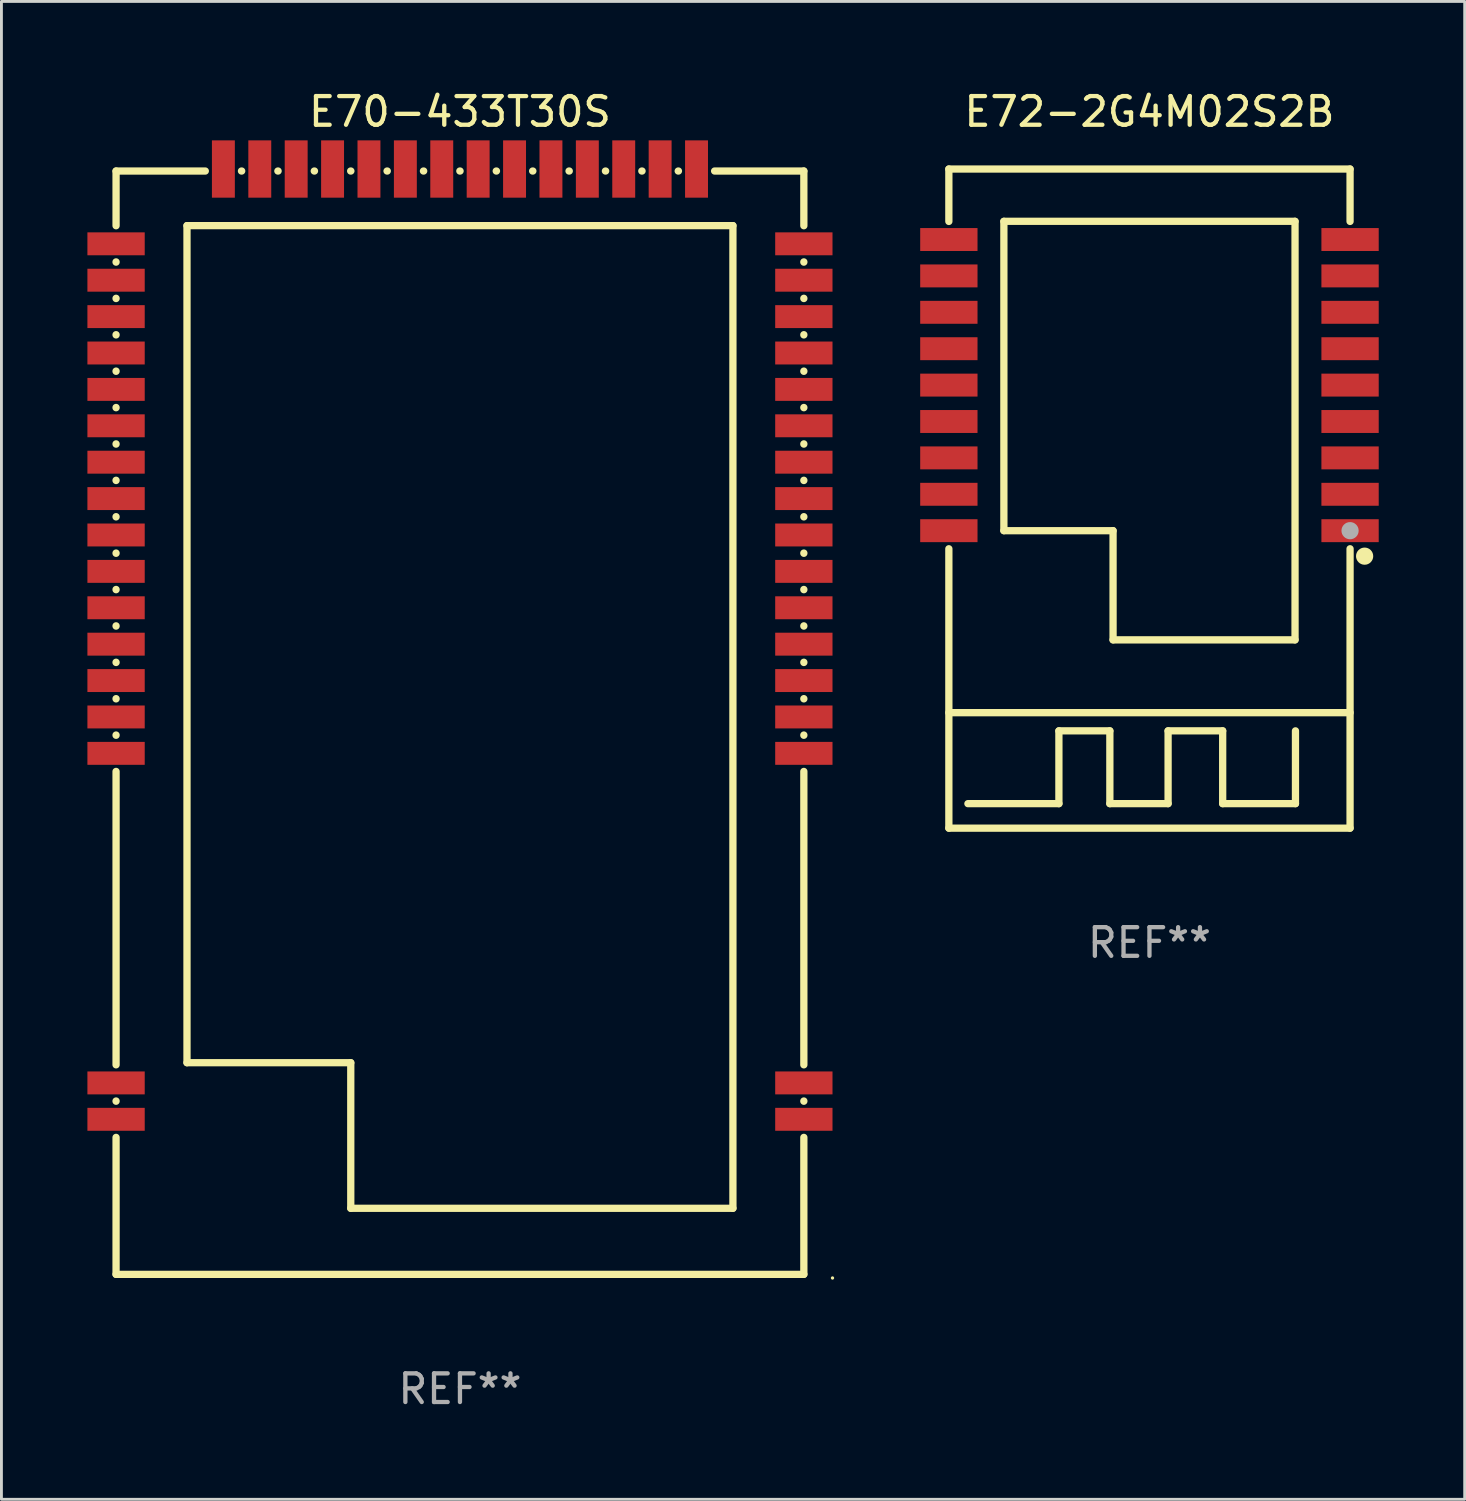
<source format=kicad_pcb>
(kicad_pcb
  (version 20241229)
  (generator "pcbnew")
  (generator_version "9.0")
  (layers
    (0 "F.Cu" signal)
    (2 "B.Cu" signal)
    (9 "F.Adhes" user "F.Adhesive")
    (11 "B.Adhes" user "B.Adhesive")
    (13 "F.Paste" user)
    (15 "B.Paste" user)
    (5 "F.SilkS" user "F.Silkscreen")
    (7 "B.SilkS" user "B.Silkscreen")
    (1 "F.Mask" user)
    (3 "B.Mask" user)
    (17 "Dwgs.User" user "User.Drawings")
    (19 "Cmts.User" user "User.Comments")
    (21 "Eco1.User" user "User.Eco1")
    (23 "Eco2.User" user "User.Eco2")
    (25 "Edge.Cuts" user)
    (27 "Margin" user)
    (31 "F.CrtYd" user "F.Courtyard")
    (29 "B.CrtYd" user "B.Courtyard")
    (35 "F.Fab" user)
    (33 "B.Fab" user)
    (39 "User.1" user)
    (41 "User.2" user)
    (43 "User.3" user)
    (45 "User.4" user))
  (footprint "E72-2G4M02S2B"
    (layer "F.Cu")
    (at 37.06 14.348)
    (property "Reference" "E72-2G4M02S2B" (at 0 -13.5 0) (layer "F.SilkS") (effects (font (size 1 1) (thickness 0.15))))
    (attr through_hole)
    (fp_line (start -7 -11.5) (end 7 -11.5) (stroke (width 0.254) (type solid)) (layer "F.SilkS"))
    (fp_line (start -7 -9.671) (end -7 -11.5) (stroke (width 0.254) (type solid)) (layer "F.SilkS"))
    (fp_line (start -7 7.47) (end 7 7.47) (stroke (width 0.254) (type solid)) (layer "F.SilkS"))
    (fp_line (start -7 11.5) (end -7 1.751) (stroke (width 0.254) (type solid)) (layer "F.SilkS"))
    (fp_line (start -5.08 -9.675) (end 5.08 -9.675) (stroke (width 0.254) (type solid)) (layer "F.SilkS"))
    (fp_line (start -5.08 1.12) (end -5.08 -9.675) (stroke (width 0.254) (type solid)) (layer "F.SilkS"))
    (fp_line (start -3.16 8.105) (end -3.16 10.645) (stroke (width 0.254) (type solid)) (layer "F.SilkS"))
    (fp_line (start -3.16 10.645) (end -6.335 10.645) (stroke (width 0.254) (type solid)) (layer "F.SilkS"))
    (fp_line (start -1.382 8.105) (end -3.16 8.105) (stroke (width 0.254) (type solid)) (layer "F.SilkS"))
    (fp_line (start -1.382 10.645) (end -1.382 8.105) (stroke (width 0.254) (type solid)) (layer "F.SilkS"))
    (fp_line (start -1.27 1.12) (end -5.08 1.12) (stroke (width 0.254) (type solid)) (layer "F.SilkS"))
    (fp_line (start -1.27 4.93) (end -1.27 1.12) (stroke (width 0.254) (type solid)) (layer "F.SilkS"))
    (fp_line (start 0.65 8.105) (end 0.65 10.645) (stroke (width 0.254) (type solid)) (layer "F.SilkS"))
    (fp_line (start 0.65 10.645) (end -1.382 10.645) (stroke (width 0.254) (type solid)) (layer "F.SilkS"))
    (fp_line (start 2.555 8.105) (end 0.65 8.105) (stroke (width 0.254) (type solid)) (layer "F.SilkS"))
    (fp_line (start 2.555 10.645) (end 2.555 8.105) (stroke (width 0.254) (type solid)) (layer "F.SilkS"))
    (fp_line (start 5.08 -9.675) (end 5.08 4.93) (stroke (width 0.254) (type solid)) (layer "F.SilkS"))
    (fp_line (start 5.08 4.93) (end -1.27 4.93) (stroke (width 0.254) (type solid)) (layer "F.SilkS"))
    (fp_line (start 5.095 8.105) (end 5.095 10.645) (stroke (width 0.254) (type solid)) (layer "F.SilkS"))
    (fp_line (start 5.095 10.645) (end 2.555 10.645) (stroke (width 0.254) (type solid)) (layer "F.SilkS"))
    (fp_line (start 7 -11.5) (end 7 -9.671) (stroke (width 0.254) (type solid)) (layer "F.SilkS"))
    (fp_line (start 7 1.751) (end 7 11.5) (stroke (width 0.254) (type solid)) (layer "F.SilkS"))
    (fp_line (start 7 11.5) (end -7 11.5) (stroke (width 0.254) (type solid)) (layer "F.SilkS"))
    (fp_circle (center 7 11.5) (end 7.03 11.5) (stroke (width 0.06) (type solid)) (fill no) (layer "F.SilkS"))
    (fp_circle (center 7.508 2.009) (end 7.658 2.009) (stroke (width 0.3) (type solid)) (fill no) (layer "F.SilkS"))
    (fp_circle (center 7 1.12) (end 7.15 1.12) (stroke (width 0.3) (type solid)) (fill no) (layer "F.Fab"))
    (fp_text user "REF**" (at 0 15.5 0) (layer "F.Fab") (effects (font (size 1 1) (thickness 0.15))))
    (pad "1" smd rect (at 7 1.12 90) (size 0.8 2) (layers "F.Cu" "F.Mask" "F.Paste"))
    (pad "2" smd rect (at 7 -0.15 90) (size 0.8 2) (layers "F.Cu" "F.Mask" "F.Paste"))
    (pad "3" smd rect (at 7 -1.42 90) (size 0.8 2) (layers "F.Cu" "F.Mask" "F.Paste"))
    (pad "4" smd rect (at 7 -2.69 90) (size 0.8 2) (layers "F.Cu" "F.Mask" "F.Paste"))
    (pad "5" smd rect (at 7 -3.96 90) (size 0.8 2) (layers "F.Cu" "F.Mask" "F.Paste"))
    (pad "6" smd rect (at 7 -5.23 90) (size 0.8 2) (layers "F.Cu" "F.Mask" "F.Paste"))
    (pad "7" smd rect (at 7 -6.5 90) (size 0.8 2) (layers "F.Cu" "F.Mask" "F.Paste"))
    (pad "8" smd rect (at 7 -7.77 90) (size 0.8 2) (layers "F.Cu" "F.Mask" "F.Paste"))
    (pad "9" smd rect (at 7 -9.04 90) (size 0.8 2) (layers "F.Cu" "F.Mask" "F.Paste"))
    (pad "10" smd rect (at -7 -9.04 90) (size 0.8 2) (layers "F.Cu" "F.Mask" "F.Paste"))
    (pad "11" smd rect (at -7 -7.77 90) (size 0.8 2) (layers "F.Cu" "F.Mask" "F.Paste"))
    (pad "12" smd rect (at -7 -6.5 90) (size 0.8 2) (layers "F.Cu" "F.Mask" "F.Paste"))
    (pad "13" smd rect (at -7 -5.23 90) (size 0.8 2) (layers "F.Cu" "F.Mask" "F.Paste"))
    (pad "14" smd rect (at -7 -3.96 90) (size 0.8 2) (layers "F.Cu" "F.Mask" "F.Paste"))
    (pad "15" smd rect (at -7 -2.69 90) (size 0.8 2) (layers "F.Cu" "F.Mask" "F.Paste"))
    (pad "16" smd rect (at -7 -1.42 90) (size 0.8 2) (layers "F.Cu" "F.Mask" "F.Paste"))
    (pad "17" smd rect (at -7 -0.15 90) (size 0.8 2) (layers "F.Cu" "F.Mask" "F.Paste"))
    (pad "18" smd rect (at -7 1.12 90) (size 0.8 2) (layers "F.Cu" "F.Mask" "F.Paste")))
  (footprint "E70-433T30S"
    (layer "F.Cu")
    (at 13 22.133)
    (property "Reference" "E70-433T30S" (at 0 -21.285 0) (layer "F.SilkS") (effects (font (size 1 1) (thickness 0.15))))
    (attr through_hole)
    (fp_line (start -12 -19.215) (end -8.886 -19.215) (stroke (width 0.254) (type solid)) (layer "F.SilkS"))
    (fp_line (start -12 -17.306) (end -12 -19.215) (stroke (width 0.254) (type solid)) (layer "F.SilkS"))
    (fp_line (start -12 -16.036) (end -12 -16.044) (stroke (width 0.254) (type solid)) (layer "F.SilkS"))
    (fp_line (start -12 -14.766) (end -12 -14.774) (stroke (width 0.254) (type solid)) (layer "F.SilkS"))
    (fp_line (start -12 -13.496) (end -12 -13.504) (stroke (width 0.254) (type solid)) (layer "F.SilkS"))
    (fp_line (start -12 -12.226) (end -12 -12.234) (stroke (width 0.254) (type solid)) (layer "F.SilkS"))
    (fp_line (start -12 -10.956) (end -12 -10.964) (stroke (width 0.254) (type solid)) (layer "F.SilkS"))
    (fp_line (start -12 -9.686) (end -12 -9.694) (stroke (width 0.254) (type solid)) (layer "F.SilkS"))
    (fp_line (start -12 -8.416) (end -12 -8.424) (stroke (width 0.254) (type solid)) (layer "F.SilkS"))
    (fp_line (start -12 -7.146) (end -12 -7.154) (stroke (width 0.254) (type solid)) (layer "F.SilkS"))
    (fp_line (start -12 -5.876) (end -12 -5.884) (stroke (width 0.254) (type solid)) (layer "F.SilkS"))
    (fp_line (start -12 -4.606) (end -12 -4.614) (stroke (width 0.254) (type solid)) (layer "F.SilkS"))
    (fp_line (start -12 -3.336) (end -12 -3.344) (stroke (width 0.254) (type solid)) (layer "F.SilkS"))
    (fp_line (start -12 -2.066) (end -12 -2.074) (stroke (width 0.254) (type solid)) (layer "F.SilkS"))
    (fp_line (start -12 -0.796) (end -12 -0.804) (stroke (width 0.254) (type solid)) (layer "F.SilkS"))
    (fp_line (start -12 0.474) (end -12 0.466) (stroke (width 0.254) (type solid)) (layer "F.SilkS"))
    (fp_line (start -12 11.974) (end -12 1.736) (stroke (width 0.254) (type solid)) (layer "F.SilkS"))
    (fp_line (start -12 13.244) (end -12 13.236) (stroke (width 0.254) (type solid)) (layer "F.SilkS"))
    (fp_line (start -12 19.285) (end -12 14.506) (stroke (width 0.254) (type solid)) (layer "F.SilkS"))
    (fp_line (start -9.525 -17.31) (end 9.525 -17.31) (stroke (width 0.254) (type solid)) (layer "F.SilkS"))
    (fp_line (start -9.525 11.9) (end -9.525 -17.31) (stroke (width 0.254) (type solid)) (layer "F.SilkS"))
    (fp_line (start -7.624 -19.215) (end -7.616 -19.215) (stroke (width 0.254) (type solid)) (layer "F.SilkS"))
    (fp_line (start -6.354 -19.215) (end -6.346 -19.215) (stroke (width 0.254) (type solid)) (layer "F.SilkS"))
    (fp_line (start -5.084 -19.215) (end -5.076 -19.215) (stroke (width 0.254) (type solid)) (layer "F.SilkS"))
    (fp_line (start -3.814 -19.215) (end -3.806 -19.215) (stroke (width 0.254) (type solid)) (layer "F.SilkS"))
    (fp_line (start -3.81 11.9) (end -9.525 11.9) (stroke (width 0.254) (type solid)) (layer "F.SilkS"))
    (fp_line (start -3.81 16.98) (end -3.81 11.9) (stroke (width 0.254) (type solid)) (layer "F.SilkS"))
    (fp_line (start -2.544 -19.215) (end -2.536 -19.215) (stroke (width 0.254) (type solid)) (layer "F.SilkS"))
    (fp_line (start -1.274 -19.215) (end -1.266 -19.215) (stroke (width 0.254) (type solid)) (layer "F.SilkS"))
    (fp_line (start -0.004 -19.215) (end 0.004 -19.215) (stroke (width 0.254) (type solid)) (layer "F.SilkS"))
    (fp_line (start 1.266 -19.215) (end 1.274 -19.215) (stroke (width 0.254) (type solid)) (layer "F.SilkS"))
    (fp_line (start 2.536 -19.215) (end 2.544 -19.215) (stroke (width 0.254) (type solid)) (layer "F.SilkS"))
    (fp_line (start 3.806 -19.215) (end 3.814 -19.215) (stroke (width 0.254) (type solid)) (layer "F.SilkS"))
    (fp_line (start 5.076 -19.215) (end 5.084 -19.215) (stroke (width 0.254) (type solid)) (layer "F.SilkS"))
    (fp_line (start 6.346 -19.215) (end 6.354 -19.215) (stroke (width 0.254) (type solid)) (layer "F.SilkS"))
    (fp_line (start 7.616 -19.215) (end 7.624 -19.215) (stroke (width 0.254) (type solid)) (layer "F.SilkS"))
    (fp_line (start 8.886 -19.215) (end 12 -19.215) (stroke (width 0.254) (type solid)) (layer "F.SilkS"))
    (fp_line (start 9.525 -17.31) (end 9.525 16.98) (stroke (width 0.254) (type solid)) (layer "F.SilkS"))
    (fp_line (start 9.525 16.98) (end -3.81 16.98) (stroke (width 0.254) (type solid)) (layer "F.SilkS"))
    (fp_line (start 12 -19.215) (end 12 -17.306) (stroke (width 0.254) (type solid)) (layer "F.SilkS"))
    (fp_line (start 12 -16.044) (end 12 -16.036) (stroke (width 0.254) (type solid)) (layer "F.SilkS"))
    (fp_line (start 12 -14.774) (end 12 -14.766) (stroke (width 0.254) (type solid)) (layer "F.SilkS"))
    (fp_line (start 12 -13.504) (end 12 -13.496) (stroke (width 0.254) (type solid)) (layer "F.SilkS"))
    (fp_line (start 12 -12.234) (end 12 -12.226) (stroke (width 0.254) (type solid)) (layer "F.SilkS"))
    (fp_line (start 12 -10.964) (end 12 -10.956) (stroke (width 0.254) (type solid)) (layer "F.SilkS"))
    (fp_line (start 12 -9.694) (end 12 -9.686) (stroke (width 0.254) (type solid)) (layer "F.SilkS"))
    (fp_line (start 12 -8.424) (end 12 -8.416) (stroke (width 0.254) (type solid)) (layer "F.SilkS"))
    (fp_line (start 12 -7.154) (end 12 -7.146) (stroke (width 0.254) (type solid)) (layer "F.SilkS"))
    (fp_line (start 12 -5.884) (end 12 -5.876) (stroke (width 0.254) (type solid)) (layer "F.SilkS"))
    (fp_line (start 12 -4.614) (end 12 -4.606) (stroke (width 0.254) (type solid)) (layer "F.SilkS"))
    (fp_line (start 12 -3.344) (end 12 -3.336) (stroke (width 0.254) (type solid)) (layer "F.SilkS"))
    (fp_line (start 12 -2.074) (end 12 -2.066) (stroke (width 0.254) (type solid)) (layer "F.SilkS"))
    (fp_line (start 12 -0.804) (end 12 -0.796) (stroke (width 0.254) (type solid)) (layer "F.SilkS"))
    (fp_line (start 12 0.466) (end 12 0.474) (stroke (width 0.254) (type solid)) (layer "F.SilkS"))
    (fp_line (start 12 1.736) (end 12 11.974) (stroke (width 0.254) (type solid)) (layer "F.SilkS"))
    (fp_line (start 12 13.236) (end 12 13.244) (stroke (width 0.254) (type solid)) (layer "F.SilkS"))
    (fp_line (start 12 14.506) (end 12 19.285) (stroke (width 0.254) (type solid)) (layer "F.SilkS"))
    (fp_line (start 12 19.285) (end -12 19.285) (stroke (width 0.254) (type solid)) (layer "F.SilkS"))
    (fp_circle (center 13 19.412) (end 13.03 19.412) (stroke (width 0.06) (type solid)) (fill no) (layer "F.SilkS"))
    (fp_text user "REF**" (at 0 23.285 0) (layer "F.Fab") (effects (font (size 1 1) (thickness 0.15))))
    (pad "1" smd rect (at 12 13.875) (size 2 0.8) (layers "F.Cu" "F.Mask" "F.Paste"))
    (pad "2" smd rect (at 12 12.605) (size 2 0.8) (layers "F.Cu" "F.Mask" "F.Paste"))
    (pad "3" smd rect (at 12 1.105) (size 2 0.8) (layers "F.Cu" "F.Mask" "F.Paste"))
    (pad "4" smd rect (at 12 -0.165) (size 2 0.8) (layers "F.Cu" "F.Mask" "F.Paste"))
    (pad "5" smd rect (at 12 -1.435) (size 2 0.8) (layers "F.Cu" "F.Mask" "F.Paste"))
    (pad "6" smd rect (at 12 -2.705) (size 2 0.8) (layers "F.Cu" "F.Mask" "F.Paste"))
    (pad "7" smd rect (at 12 -3.975) (size 2 0.8) (layers "F.Cu" "F.Mask" "F.Paste"))
    (pad "8" smd rect (at 12 -5.245) (size 2 0.8) (layers "F.Cu" "F.Mask" "F.Paste"))
    (pad "9" smd rect (at 12 -6.515) (size 2 0.8) (layers "F.Cu" "F.Mask" "F.Paste"))
    (pad "10" smd rect (at 12 -7.785) (size 2 0.8) (layers "F.Cu" "F.Mask" "F.Paste"))
    (pad "11" smd rect (at 12 -9.055) (size 2 0.8) (layers "F.Cu" "F.Mask" "F.Paste"))
    (pad "12" smd rect (at 12 -10.325) (size 2 0.8) (layers "F.Cu" "F.Mask" "F.Paste"))
    (pad "13" smd rect (at 12 -11.595) (size 2 0.8) (layers "F.Cu" "F.Mask" "F.Paste"))
    (pad "14" smd rect (at 12 -12.865) (size 2 0.8) (layers "F.Cu" "F.Mask" "F.Paste"))
    (pad "15" smd rect (at 12 -14.135) (size 2 0.8) (layers "F.Cu" "F.Mask" "F.Paste"))
    (pad "16" smd rect (at 12 -15.405) (size 2 0.8) (layers "F.Cu" "F.Mask" "F.Paste"))
    (pad "17" smd rect (at 12 -16.675) (size 2 0.8) (layers "F.Cu" "F.Mask" "F.Paste"))
    (pad "18" smd rect (at 8.255 -19.285 90) (size 2 0.8) (layers "F.Cu" "F.Mask" "F.Paste"))
    (pad "19" smd rect (at 6.985 -19.285 90) (size 2 0.8) (layers "F.Cu" "F.Mask" "F.Paste"))
    (pad "20" smd rect (at 5.715 -19.285 90) (size 2 0.8) (layers "F.Cu" "F.Mask" "F.Paste"))
    (pad "21" smd rect (at 4.445 -19.285 90) (size 2 0.8) (layers "F.Cu" "F.Mask" "F.Paste"))
    (pad "22" smd rect (at 3.175 -19.285 90) (size 2 0.8) (layers "F.Cu" "F.Mask" "F.Paste"))
    (pad "23" smd rect (at 1.905 -19.285 90) (size 2 0.8) (layers "F.Cu" "F.Mask" "F.Paste"))
    (pad "24" smd rect (at 0.635 -19.285 90) (size 2 0.8) (layers "F.Cu" "F.Mask" "F.Paste"))
    (pad "25" smd rect (at -0.635 -19.285 90) (size 2 0.8) (layers "F.Cu" "F.Mask" "F.Paste"))
    (pad "26" smd rect (at -1.905 -19.285 90) (size 2 0.8) (layers "F.Cu" "F.Mask" "F.Paste"))
    (pad "27" smd rect (at -3.175 -19.285 90) (size 2 0.8) (layers "F.Cu" "F.Mask" "F.Paste"))
    (pad "28" smd rect (at -4.445 -19.285 90) (size 2 0.8) (layers "F.Cu" "F.Mask" "F.Paste"))
    (pad "29" smd rect (at -5.715 -19.285 90) (size 2 0.8) (layers "F.Cu" "F.Mask" "F.Paste"))
    (pad "30" smd rect (at -6.985 -19.285 90) (size 2 0.8) (layers "F.Cu" "F.Mask" "F.Paste"))
    (pad "31" smd rect (at -8.255 -19.285 90) (size 2 0.8) (layers "F.Cu" "F.Mask" "F.Paste"))
    (pad "32" smd rect (at -12 -16.675 180) (size 2 0.8) (layers "F.Cu" "F.Mask" "F.Paste"))
    (pad "33" smd rect (at -12 -15.405 180) (size 2 0.8) (layers "F.Cu" "F.Mask" "F.Paste"))
    (pad "34" smd rect (at -12 -14.135 180) (size 2 0.8) (layers "F.Cu" "F.Mask" "F.Paste"))
    (pad "35" smd rect (at -12 -12.865 180) (size 2 0.8) (layers "F.Cu" "F.Mask" "F.Paste"))
    (pad "36" smd rect (at -12 -11.595 180) (size 2 0.8) (layers "F.Cu" "F.Mask" "F.Paste"))
    (pad "37" smd rect (at -12 -10.325 180) (size 2 0.8) (layers "F.Cu" "F.Mask" "F.Paste"))
    (pad "38" smd rect (at -12 -9.055 180) (size 2 0.8) (layers "F.Cu" "F.Mask" "F.Paste"))
    (pad "39" smd rect (at -12 -7.785 180) (size 2 0.8) (layers "F.Cu" "F.Mask" "F.Paste"))
    (pad "40" smd rect (at -12 -6.515 180) (size 2 0.8) (layers "F.Cu" "F.Mask" "F.Paste"))
    (pad "41" smd rect (at -12 -5.245 180) (size 2 0.8) (layers "F.Cu" "F.Mask" "F.Paste"))
    (pad "42" smd rect (at -12 -3.975 180) (size 2 0.8) (layers "F.Cu" "F.Mask" "F.Paste"))
    (pad "43" smd rect (at -12 -2.705 180) (size 2 0.8) (layers "F.Cu" "F.Mask" "F.Paste"))
    (pad "44" smd rect (at -12 -1.435 180) (size 2 0.8) (layers "F.Cu" "F.Mask" "F.Paste"))
    (pad "45" smd rect (at -12 -0.165 180) (size 2 0.8) (layers "F.Cu" "F.Mask" "F.Paste"))
    (pad "46" smd rect (at -12 1.105 180) (size 2 0.8) (layers "F.Cu" "F.Mask" "F.Paste"))
    (pad "47" smd rect (at -12 12.605 180) (size 2 0.8) (layers "F.Cu" "F.Mask" "F.Paste"))
    (pad "48" smd rect (at -12 13.875 180) (size 2 0.8) (layers "F.Cu" "F.Mask" "F.Paste")))
  (gr_rect
    (start -3 -3)
    (end 48.06 49.267)
    (stroke (width 0.1) (type default))
    (fill no)
    (layer "Edge.Cuts")))
</source>
